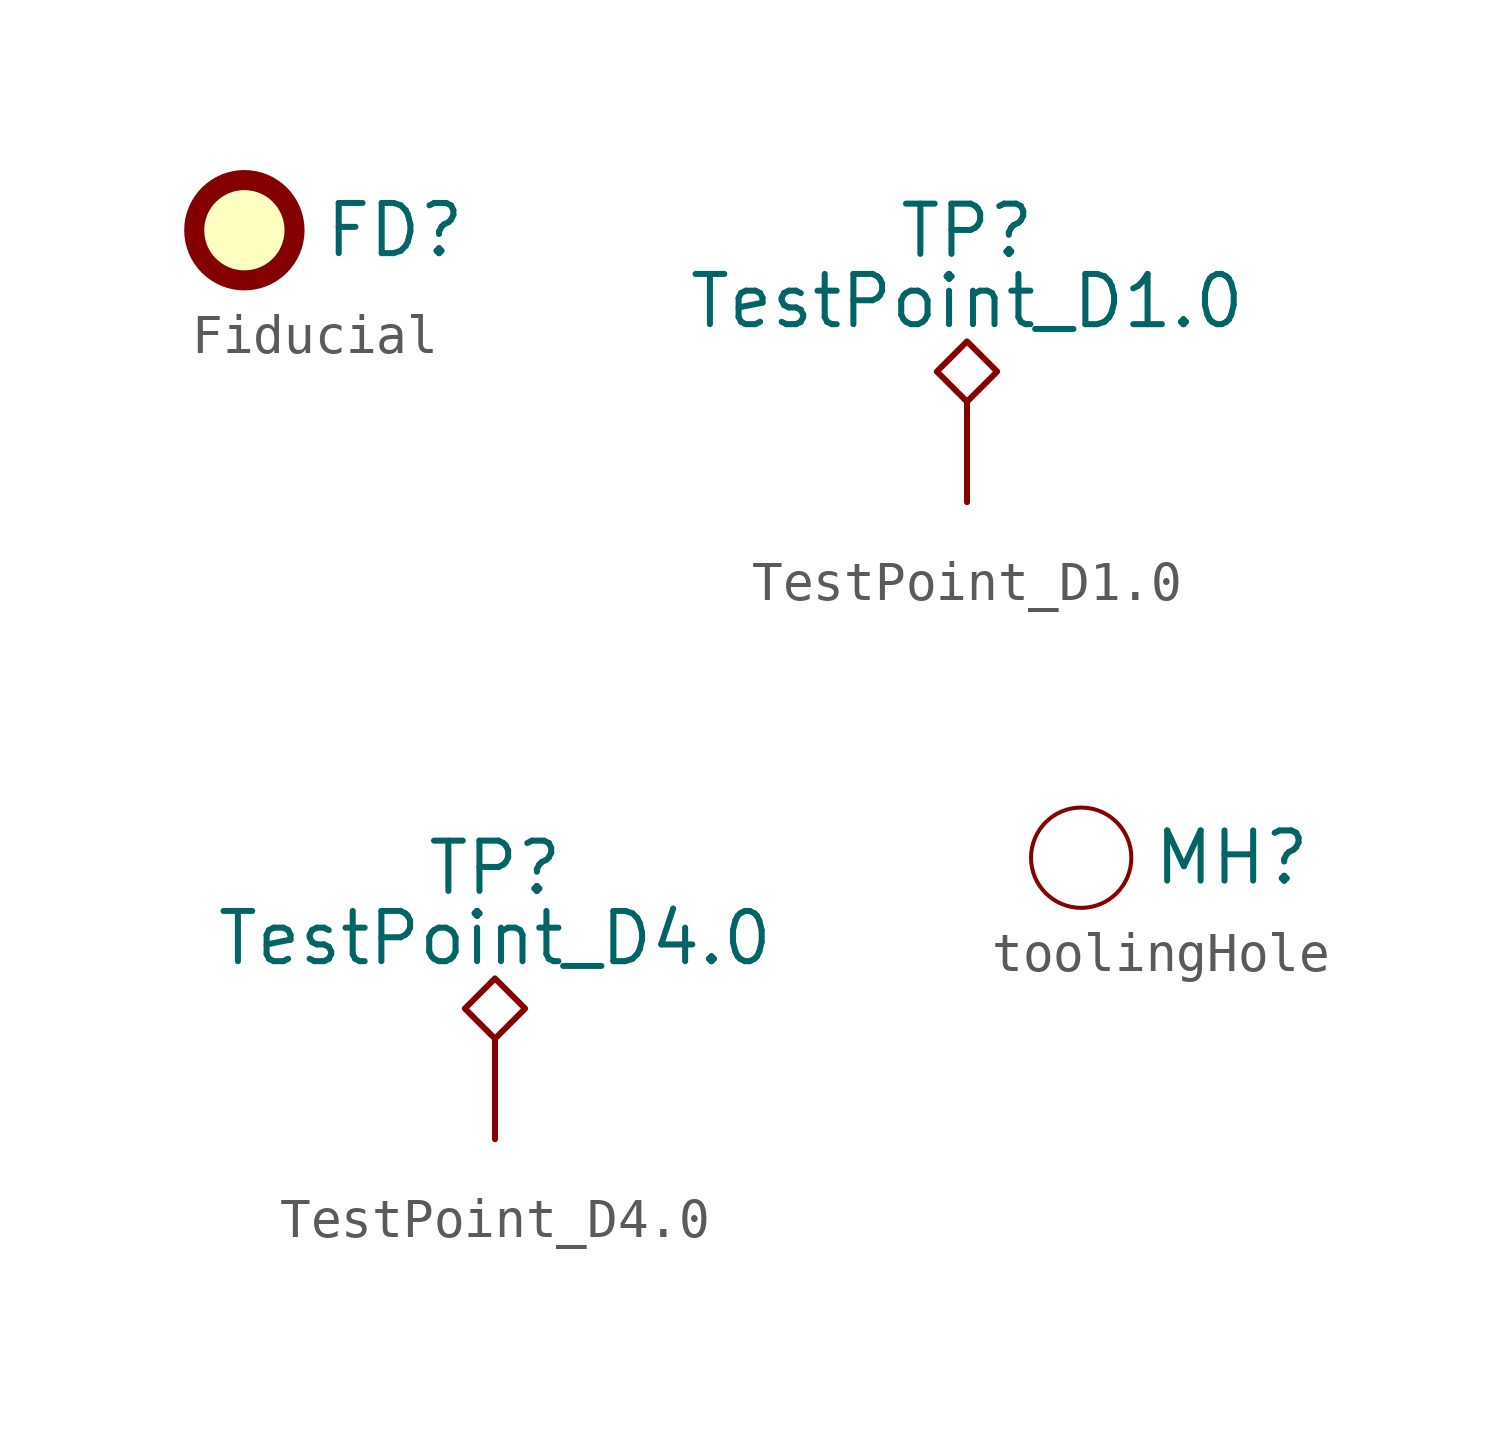
<source format=kicad_sym>
(kicad_symbol_lib
  (version 20200126)
  (host kicad_symbol_editor "(5.99.0-2195-g476558ece)")
  (symbol "tooling:Fiducial"
    (pin_names
      (offset 0.508))
    (property "Reference" "FD"
      (at 3.81 0 0)
      (effects (font (size 1.27 1.27))))
    (symbol "Fiducial_0_1"
      (circle (center 0 0) (radius 1.27) (stroke (width 0.508)) (fill (type background)))))
  (symbol "tooling:TestPoint_D1.0"
    (pin_numbers hide)
    (pin_names
      (offset 0.762) hide)
    (property "Reference" "TP"
      (at 0 6.858 0)
      (effects (font (size 1.27 1.27))))
    (property "Value" "TestPoint_D1.0"
      (at 0 5.08 0)
      (effects (font (size 1.27 1.27))))
    (symbol "TestPoint_D1.0_0_1"
      (polyline (pts (xy 0 2.54) (xy -0.762 3.302) (xy 0 4.064) (xy 0.762 3.302) (xy 0 2.54)) (stroke (width 0)) (fill (type none))))
    (symbol "TestPoint_D1.0_1_1"
      (pin passive line (at 0 0 90) (length 2.54) (name "1" (effects (font (size 1.27 1.27)))) (number "1" (effects (font (size 1.27 1.27)))))))
  (symbol "tooling:TestPoint_D4.0"
    (pin_numbers hide)
    (pin_names
      (offset 0.762) hide)
    (property "Reference" "TP"
      (at 0 6.858 0)
      (effects (font (size 1.27 1.27))))
    (property "Value" "TestPoint_D4.0"
      (at 0 5.08 0)
      (effects (font (size 1.27 1.27))))
    (symbol "TestPoint_D4.0_0_1"
      (polyline (pts (xy 0 2.54) (xy -0.762 3.302) (xy 0 4.064) (xy 0.762 3.302) (xy 0 2.54)) (stroke (width 0)) (fill (type none))))
    (symbol "TestPoint_D4.0_1_1"
      (pin passive line (at 0 0 90) (length 2.54) (name "1" (effects (font (size 1.27 1.27)))) (number "1" (effects (font (size 1.27 1.27)))))))
  (symbol "tooling:toolingHole"
    (property "Reference" "MH"
      (at 3.81 0 0)
      (effects (font (size 1.27 1.27))))
    (symbol "toolingHole_0_1"
      (circle (center 0 0) (radius 1.27) (stroke (width 0.102)) (fill (type none))))))
</source>
